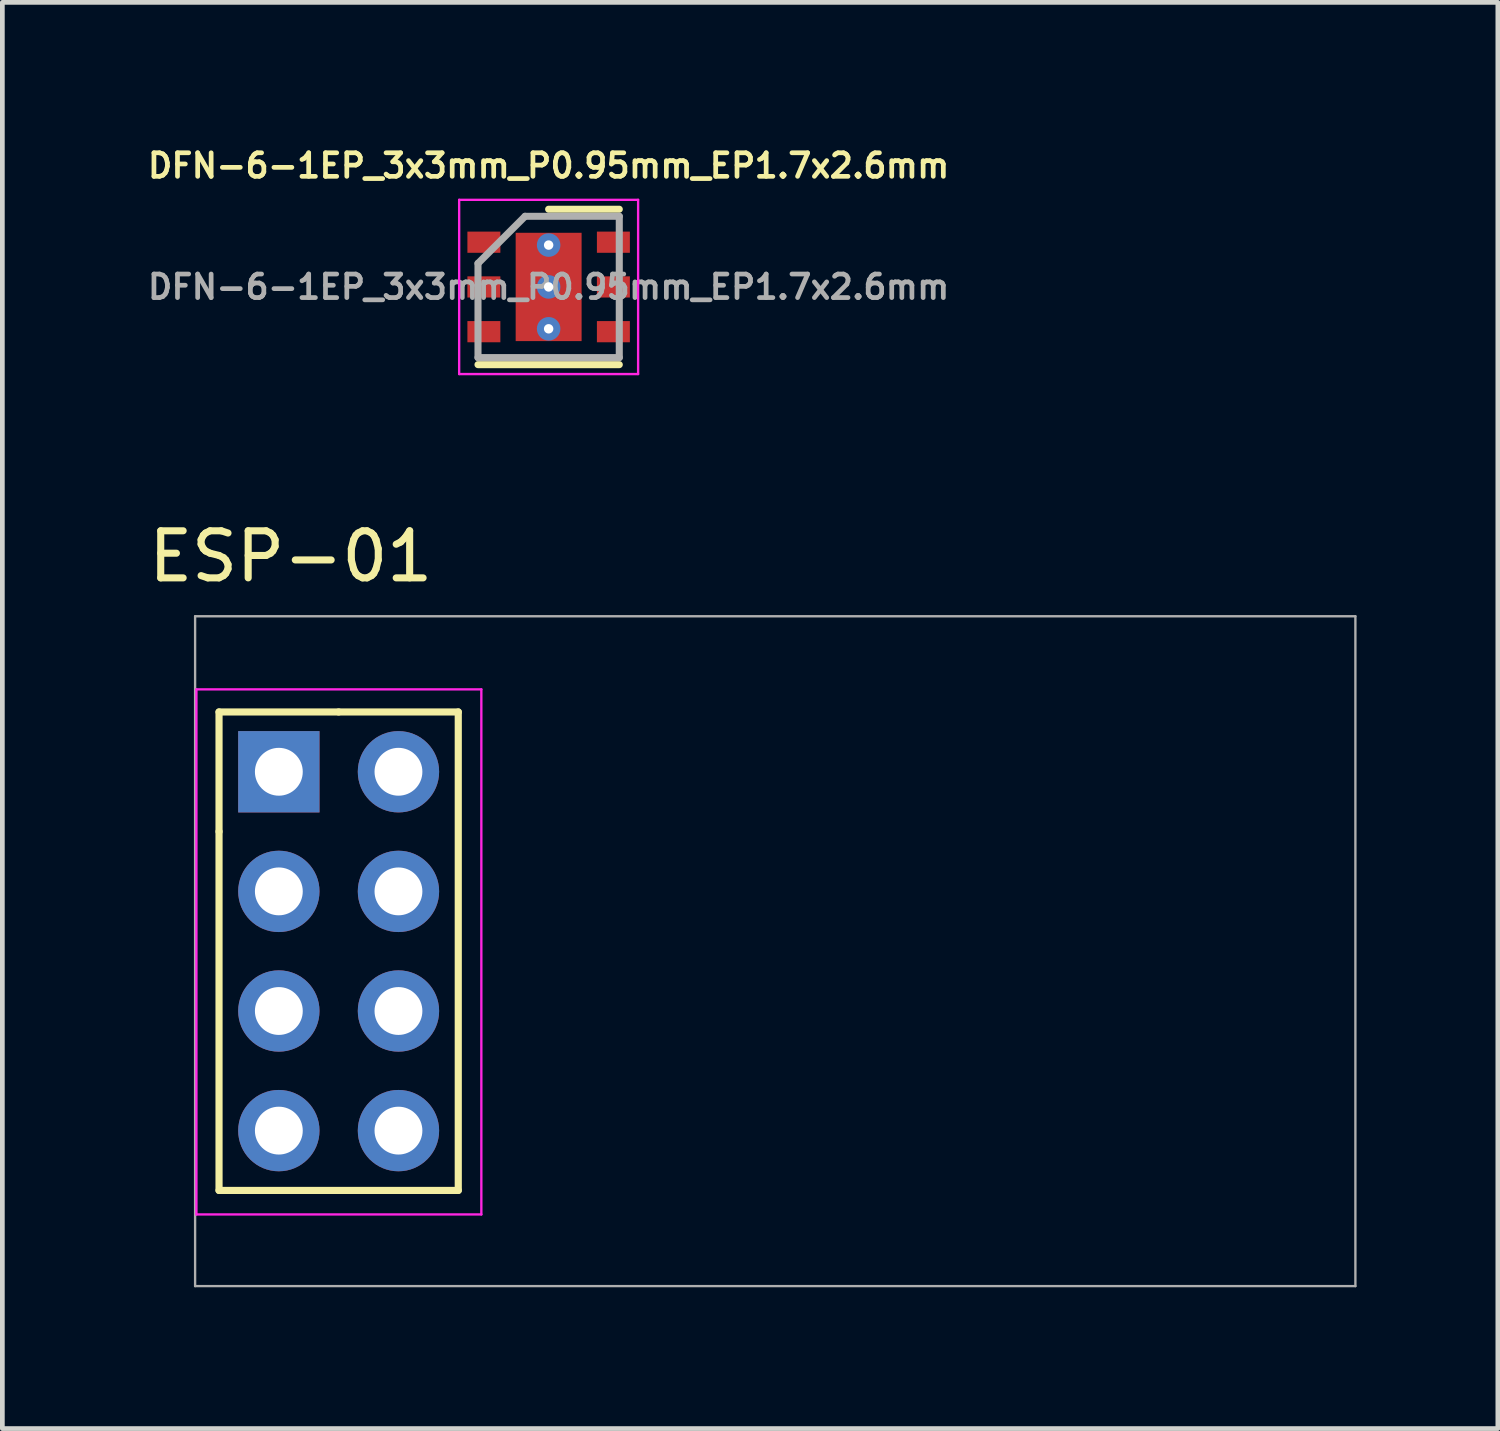
<source format=kicad_pcb>
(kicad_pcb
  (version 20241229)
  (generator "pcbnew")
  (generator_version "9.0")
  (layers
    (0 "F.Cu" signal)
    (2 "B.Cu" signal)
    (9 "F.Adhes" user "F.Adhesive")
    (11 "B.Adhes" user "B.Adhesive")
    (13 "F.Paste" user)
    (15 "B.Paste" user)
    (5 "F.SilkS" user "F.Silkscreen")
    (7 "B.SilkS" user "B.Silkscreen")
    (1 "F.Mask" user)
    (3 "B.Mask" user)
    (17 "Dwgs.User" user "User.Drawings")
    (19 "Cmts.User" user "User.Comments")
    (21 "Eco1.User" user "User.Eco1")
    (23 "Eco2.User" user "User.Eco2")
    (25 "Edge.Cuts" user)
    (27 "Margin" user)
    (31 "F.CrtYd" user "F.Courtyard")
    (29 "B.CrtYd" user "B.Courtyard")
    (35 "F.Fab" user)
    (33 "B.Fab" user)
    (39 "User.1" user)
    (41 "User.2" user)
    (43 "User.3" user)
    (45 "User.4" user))
  (footprint "DFN-6-1EP_3x3mm_P0.95mm_EP1.7x2.6mm"
    (layer "F.Cu")
    (at 8.6 3.043)
    (property "Reference" "DFN-6-1EP_3x3mm_P0.95mm_EP1.7x2.6mm" (at 0 -2.575 180) (layer "F.SilkS") (effects (font (size 0.5 0.5) (thickness 0.1))))
    (attr smd)
    (fp_line (start -1.5 1.65) (end 1.5 1.65) (stroke (width 0.15) (type solid)) (layer "F.SilkS"))
    (fp_line (start 0 -1.65) (end 1.5 -1.65) (stroke (width 0.15) (type solid)) (layer "F.SilkS"))
    (fp_line (start -1.9 -1.85) (end -1.9 1.85) (stroke (width 0.05) (type solid)) (layer "F.CrtYd"))
    (fp_line (start -1.9 -1.85) (end 1.9 -1.85) (stroke (width 0.05) (type solid)) (layer "F.CrtYd"))
    (fp_line (start -1.9 1.85) (end 1.9 1.85) (stroke (width 0.05) (type solid)) (layer "F.CrtYd"))
    (fp_line (start 1.9 -1.85) (end 1.9 1.85) (stroke (width 0.05) (type solid)) (layer "F.CrtYd"))
    (fp_line (start -1.5 -0.5) (end -0.5 -1.5) (stroke (width 0.15) (type solid)) (layer "F.Fab"))
    (fp_line (start -1.5 1.5) (end -1.5 -0.5) (stroke (width 0.15) (type solid)) (layer "F.Fab"))
    (fp_line (start -0.5 -1.5) (end 1.5 -1.5) (stroke (width 0.15) (type solid)) (layer "F.Fab"))
    (fp_line (start 1.5 -1.5) (end 1.5 1.5) (stroke (width 0.15) (type solid)) (layer "F.Fab"))
    (fp_line (start 1.5 1.5) (end -1.5 1.5) (stroke (width 0.15) (type solid)) (layer "F.Fab"))
    (fp_text user "${REFERENCE}" (at 0 0 180) (layer "F.Fab") (effects (font (size 0.5 0.5) (thickness 0.1))))
    (pad "" smd rect (at -0.4 -0.8) (size 0.6 0.6) (layers "F.Paste"))
    (pad "" smd rect (at -0.4 0) (size 0.6 0.6) (layers "F.Paste"))
    (pad "" smd rect (at -0.4 0.8) (size 0.6 0.6) (layers "F.Paste"))
    (pad "" smd rect (at 0.4 -0.8) (size 0.6 0.6) (layers "F.Paste"))
    (pad "" smd rect (at 0.4 0) (size 0.6 0.6) (layers "F.Paste"))
    (pad "" smd rect (at 0.4 0.8) (size 0.6 0.6) (layers "F.Paste"))
    (pad "1" smd rect (at -1.375 -0.95) (size 0.7 0.45) (layers "F.Cu" "F.Mask" "F.Paste"))
    (pad "2" smd rect (at -1.375 0) (size 0.7 0.45) (layers "F.Cu" "F.Mask" "F.Paste"))
    (pad "3" smd rect (at -1.375 0.95) (size 0.7 0.45) (layers "F.Cu" "F.Mask" "F.Paste"))
    (pad "4" smd rect (at 1.375 0.95) (size 0.7 0.45) (layers "F.Cu" "F.Mask" "F.Paste"))
    (pad "5" smd rect (at 1.375 0) (size 0.7 0.45) (layers "F.Cu" "F.Mask" "F.Paste"))
    (pad "6" smd rect (at 1.375 -0.95) (size 0.7 0.45) (layers "F.Cu" "F.Mask" "F.Paste"))
    (pad "7" thru_hole circle (at 0 -0.889) (size 0.5 0.5) (drill 0.2) (layers "*.Cu"))
    (pad "7" thru_hole circle (at 0 0) (size 0.5 0.5) (drill 0.2) (layers "*.Cu"))
    (pad "7" smd rect (at 0 0) (size 1.4 2.3) (layers "F.Cu" "F.Mask"))
    (pad "7" thru_hole circle (at 0 0.889) (size 0.5 0.5) (drill 0.2) (layers "*.Cu")))
  (footprint "ESP-01"
    (layer "F.Cu")
    (at 2.871 13.338)
    (property "Reference" "ESP-01" (at 0.254 -4.572 0) (layer "F.SilkS") (effects (font (size 1 1) (thickness 0.15))))
    (attr through_hole)
    (fp_line (start -1.27 -1.27) (end -1.27 1.27) (stroke (width 0.152) (type solid)) (layer "F.SilkS"))
    (fp_line (start -1.27 1.27) (end -1.27 8.89) (stroke (width 0.152) (type solid)) (layer "F.SilkS"))
    (fp_line (start -1.27 8.89) (end 3.81 8.89) (stroke (width 0.152) (type solid)) (layer "F.SilkS"))
    (fp_line (start 1.27 -1.27) (end -1.27 -1.27) (stroke (width 0.152) (type solid)) (layer "F.SilkS"))
    (fp_line (start 3.81 -1.27) (end 1.27 -1.27) (stroke (width 0.152) (type solid)) (layer "F.SilkS"))
    (fp_line (start 3.81 8.89) (end 3.81 -1.27) (stroke (width 0.152) (type solid)) (layer "F.SilkS"))
    (fp_line (start -1.75 -1.75) (end -1.75 9.4) (stroke (width 0.05) (type solid)) (layer "F.CrtYd"))
    (fp_line (start -1.75 -1.75) (end 4.3 -1.75) (stroke (width 0.05) (type solid)) (layer "F.CrtYd"))
    (fp_line (start -1.75 9.4) (end 4.3 9.4) (stroke (width 0.05) (type solid)) (layer "F.CrtYd"))
    (fp_line (start 4.3 -1.75) (end 4.3 9.4) (stroke (width 0.05) (type solid)) (layer "F.CrtYd"))
    (fp_line (start -1.778 -3.302) (end 22.86 -3.302) (stroke (width 0.05) (type solid)) (layer "F.Fab"))
    (fp_line (start -1.778 10.922) (end -1.778 -3.302) (stroke (width 0.05) (type solid)) (layer "F.Fab"))
    (fp_line (start 22.86 -3.302) (end 22.86 10.922) (stroke (width 0.05) (type solid)) (layer "F.Fab"))
    (fp_line (start 22.86 10.922) (end -1.778 10.922) (stroke (width 0.05) (type solid)) (layer "F.Fab"))
    (pad "1" thru_hole oval (at 2.54 0) (size 1.727 1.727) (drill 1.016) (layers "*.Cu" "*.Mask"))
    (pad "2" thru_hole rect (at 0 0) (size 1.727 1.727) (drill 1.016) (layers "*.Cu" "*.Mask"))
    (pad "3" thru_hole oval (at 2.54 2.54) (size 1.727 1.727) (drill 1.016) (layers "*.Cu" "*.Mask"))
    (pad "4" thru_hole oval (at 0 2.54) (size 1.727 1.727) (drill 1.016) (layers "*.Cu" "*.Mask"))
    (pad "5" thru_hole oval (at 2.54 5.08) (size 1.727 1.727) (drill 1.016) (layers "*.Cu" "*.Mask"))
    (pad "6" thru_hole oval (at 0 5.08) (size 1.727 1.727) (drill 1.016) (layers "*.Cu" "*.Mask"))
    (pad "7" thru_hole oval (at 2.54 7.62) (size 1.727 1.727) (drill 1.016) (layers "*.Cu" "*.Mask"))
    (pad "8" thru_hole oval (at 0 7.62) (size 1.727 1.727) (drill 1.016) (layers "*.Cu" "*.Mask")))
  (gr_rect
    (start -3 -3)
    (end 28.756 27.285)
    (stroke (width 0.1) (type default))
    (fill no)
    (layer "Edge.Cuts")))
</source>
